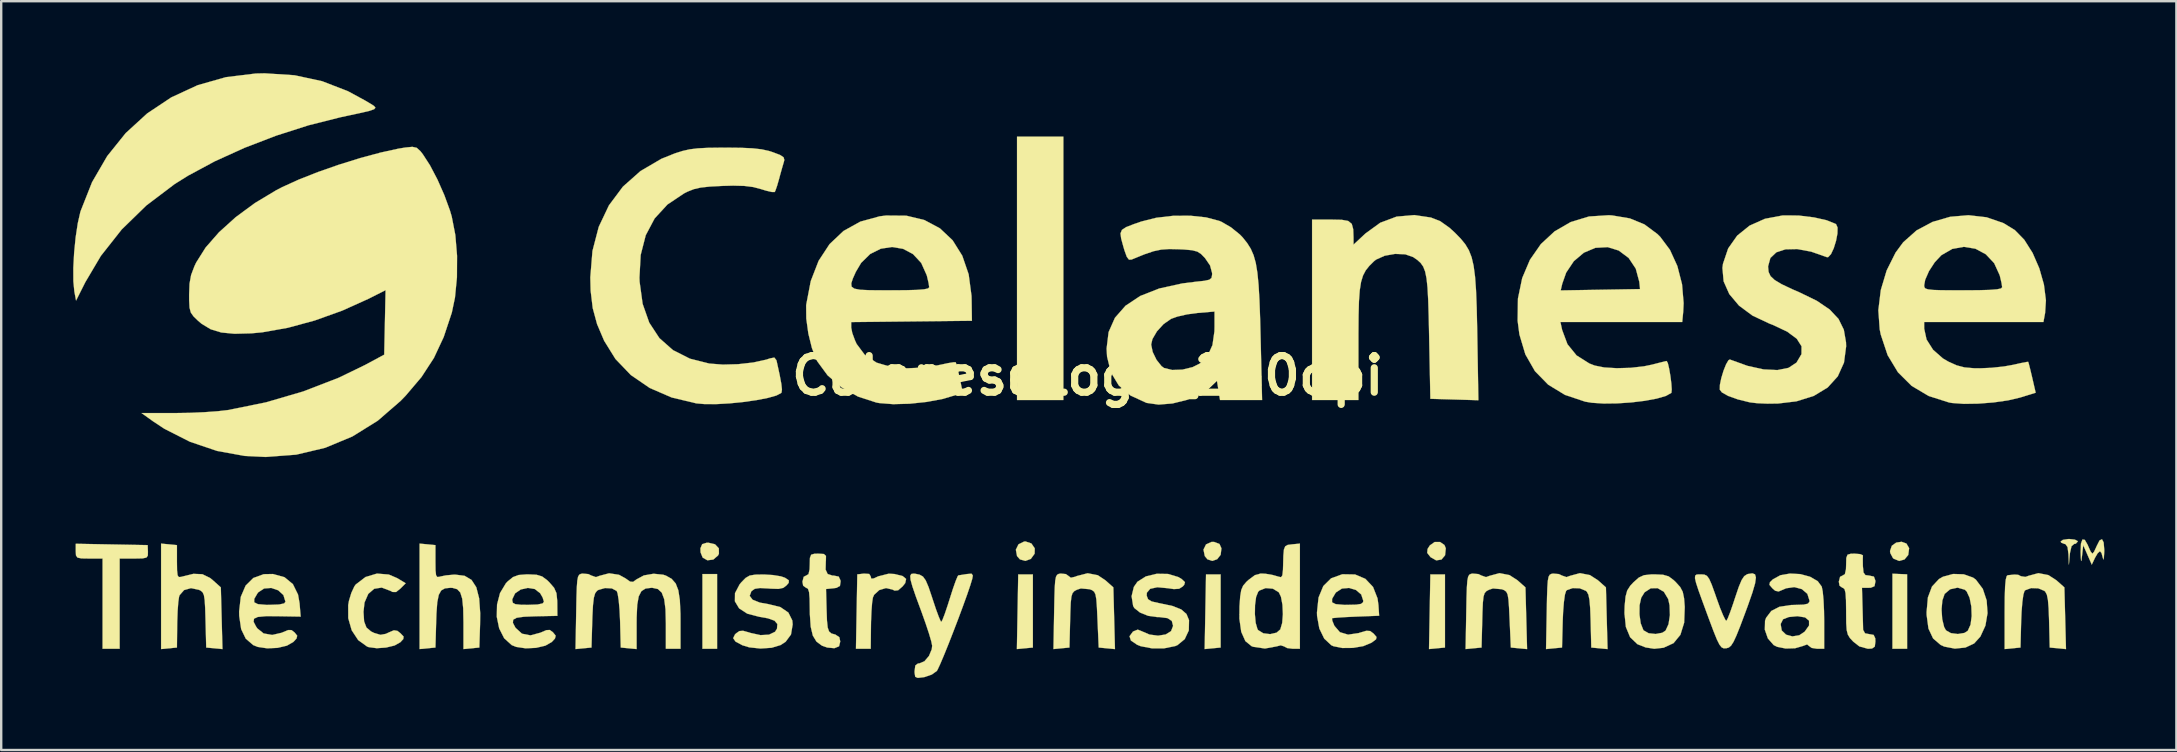
<source format=kicad_pcb>
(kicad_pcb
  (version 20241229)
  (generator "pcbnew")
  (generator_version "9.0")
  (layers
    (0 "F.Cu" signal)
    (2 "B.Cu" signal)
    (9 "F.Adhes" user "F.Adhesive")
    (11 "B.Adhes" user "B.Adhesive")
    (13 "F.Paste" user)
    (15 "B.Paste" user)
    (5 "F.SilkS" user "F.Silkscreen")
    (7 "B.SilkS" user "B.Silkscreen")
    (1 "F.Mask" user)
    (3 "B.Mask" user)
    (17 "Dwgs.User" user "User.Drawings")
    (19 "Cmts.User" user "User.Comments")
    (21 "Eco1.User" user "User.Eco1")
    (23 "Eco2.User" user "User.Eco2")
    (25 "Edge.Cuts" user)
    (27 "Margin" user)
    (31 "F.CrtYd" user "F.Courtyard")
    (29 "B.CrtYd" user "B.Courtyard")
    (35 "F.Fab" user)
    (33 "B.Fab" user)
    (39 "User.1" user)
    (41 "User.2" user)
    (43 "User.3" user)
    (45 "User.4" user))
  (footprint "CelaneseLogo_250dpi"
    (layer "F.Cu")
    (at 42.27 12.601)
    (property "Reference" "CelaneseLogo_250dpi" (at 0 0 0) (layer "F.SilkS") (effects (font (size 1.524 1.524) (thickness 0.3))))
    (attr through_hole)
    (fp_poly (pts (xy -15.443 11.379) (xy -16.053 11.379) (xy -16.053 8.267) (xy -15.443 8.267) (xy -15.443 11.379)) (stroke (width 0.01) (type solid)) (fill yes) (layer "F.SilkS"))
    (fp_poly (pts (xy -1.016 1.016) (xy -2.946 1.016) (xy -2.946 -9.957) (xy -1.016 -9.957) (xy -1.016 1.016)) (stroke (width 0.01) (type solid)) (fill yes) (layer "F.SilkS"))
    (fp_poly (pts (xy 34.138 8.278) (xy 34.138 11.379) (xy 33.528 11.379) (xy 33.528 8.253) (xy 34.138 8.278)) (stroke (width 0.01) (type solid)) (fill yes) (layer "F.SilkS"))
    (fp_poly (pts (xy -2.286 11.328) (xy -2.619 11.36) (xy -2.952 11.392) (xy -2.924 9.836) (xy -2.896 8.28) (xy -2.286 8.28) (xy -2.286 11.328)) (stroke (width 0.01) (type solid)) (fill yes) (layer "F.SilkS"))
    (fp_poly (pts (xy 5.537 11.328) (xy 5.204 11.36) (xy 4.871 11.392) (xy 4.9 9.836) (xy 4.928 8.28) (xy 5.537 8.28) (xy 5.537 11.328)) (stroke (width 0.01) (type solid)) (fill yes) (layer "F.SilkS"))
    (fp_poly (pts (xy 14.884 11.328) (xy 14.552 11.36) (xy 14.219 11.392) (xy 14.247 9.836) (xy 14.275 8.28) (xy 14.884 8.28) (xy 14.884 11.328)) (stroke (width 0.01) (type solid)) (fill yes) (layer "F.SilkS"))
    (fp_poly (pts (xy -2.347 6.992) (xy -2.208 7.196) (xy -2.213 7.417) (xy -2.37 7.635) (xy -2.597 7.718) (xy -2.824 7.656) (xy -2.946 7.518) (xy -2.995 7.252) (xy -2.885 7.028) (xy -2.652 6.913) (xy -2.591 6.909) (xy -2.347 6.992)) (stroke (width 0.01) (type solid)) (fill yes) (layer "F.SilkS"))
    (fp_poly (pts (xy 5.265 6.928) (xy 5.49 7.014) (xy 5.57 7.194) (xy 5.538 7.464) (xy 5.393 7.648) (xy 5.191 7.719) (xy 4.986 7.652) (xy 4.877 7.518) (xy 4.822 7.249) (xy 4.928 7.032) (xy 5.158 6.927) (xy 5.265 6.928)) (stroke (width 0.01) (type solid)) (fill yes) (layer "F.SilkS"))
    (fp_poly (pts (xy 14.682 6.932) (xy 14.863 7.057) (xy 14.918 7.194) (xy 14.888 7.484) (xy 14.739 7.662) (xy 14.52 7.697) (xy 14.282 7.562) (xy 14.144 7.384) (xy 14.159 7.22) (xy 14.255 7.071) (xy 14.453 6.932) (xy 14.682 6.932)) (stroke (width 0.01) (type solid)) (fill yes) (layer "F.SilkS"))
    (fp_poly (pts (xy -15.53 7.026) (xy -15.37 7.195) (xy -15.367 7.419) (xy -15.403 7.493) (xy -15.602 7.663) (xy -15.847 7.693) (xy -16.044 7.58) (xy -16.132 7.362) (xy -16.137 7.194) (xy -16.063 7.019) (xy -15.872 6.961) (xy -15.81 6.96) (xy -15.53 7.026)) (stroke (width 0.01) (type solid)) (fill yes) (layer "F.SilkS"))
    (fp_poly (pts (xy 34.11 6.995) (xy 34.22 7.184) (xy 34.222 7.194) (xy 34.186 7.471) (xy 34.03 7.658) (xy 33.808 7.721) (xy 33.577 7.626) (xy 33.548 7.6) (xy 33.439 7.395) (xy 33.426 7.307) (xy 33.502 7.087) (xy 33.685 6.956) (xy 33.91 6.922) (xy 34.11 6.995)) (stroke (width 0.01) (type solid)) (fill yes) (layer "F.SilkS"))
    (fp_poly (pts (xy -40.665 7.033) (xy -39.167 7.061) (xy -39.157 7.341) (xy -39.161 7.497) (xy -39.22 7.58) (xy -39.382 7.614) (xy -39.695 7.62) (xy -39.741 7.62) (xy -40.335 7.62) (xy -40.335 11.379) (xy -41.046 11.379) (xy -41.046 7.62) (xy -41.605 7.62) (xy -41.925 7.615) (xy -42.091 7.581) (xy -42.154 7.492) (xy -42.164 7.319) (xy -42.164 7.005) (xy -40.665 7.033)) (stroke (width 0.01) (type solid)) (fill yes) (layer "F.SilkS"))
    (fp_poly (pts (xy 41.129 6.833) (xy 41.247 6.895) (xy 41.25 6.909) (xy 41.168 7) (xy 41.103 7.01) (xy 40.989 7.105) (xy 40.923 7.392) (xy 40.918 7.442) (xy 40.879 7.874) (xy 40.861 7.442) (xy 40.824 7.145) (xy 40.736 7.019) (xy 40.691 7.01) (xy 40.556 6.956) (xy 40.538 6.909) (xy 40.628 6.842) (xy 40.847 6.808) (xy 40.894 6.807) (xy 41.129 6.833)) (stroke (width 0.01) (type solid)) (fill yes) (layer "F.SilkS"))
    (fp_poly (pts (xy -9.103 8.263) (xy -9.042 8.367) (xy -9.02 8.458) (xy -8.917 8.449) (xy -8.729 8.362) (xy -8.294 8.252) (xy -8.052 8.265) (xy -7.713 8.349) (xy -7.567 8.47) (xy -7.604 8.642) (xy -7.714 8.781) (xy -7.899 8.942) (xy -8.046 8.957) (xy -8.135 8.913) (xy -8.404 8.85) (xy -8.686 8.934) (xy -8.9 9.13) (xy -8.952 9.247) (xy -8.984 9.46) (xy -9.011 9.814) (xy -9.029 10.246) (xy -9.032 10.439) (xy -9.042 11.379) (xy -9.657 11.379) (xy -9.629 9.83) (xy -9.601 8.28) (xy -9.322 8.248) (xy -9.103 8.263)) (stroke (width 0.01) (type solid)) (fill yes) (layer "F.SilkS"))
    (fp_poly (pts (xy 42.328 6.951) (xy 42.353 7.264) (xy 42.352 7.341) (xy 42.337 7.582) (xy 42.315 7.663) (xy 42.294 7.595) (xy 42.239 7.392) (xy 42.174 7.315) (xy 42.08 7.397) (xy 41.964 7.594) (xy 41.964 7.595) (xy 41.833 7.874) (xy 41.476 7.061) (xy 41.431 7.468) (xy 41.404 7.683) (xy 41.388 7.725) (xy 41.377 7.583) (xy 41.368 7.341) (xy 41.382 6.996) (xy 41.444 6.827) (xy 41.542 6.842) (xy 41.662 7.05) (xy 41.687 7.112) (xy 41.782 7.322) (xy 41.856 7.416) (xy 41.859 7.417) (xy 41.93 7.333) (xy 42.025 7.128) (xy 42.031 7.112) (xy 42.155 6.867) (xy 42.258 6.816) (xy 42.328 6.951)) (stroke (width 0.01) (type solid)) (fill yes) (layer "F.SilkS"))
    (fp_poly (pts (xy -38.278 7.029) (xy -37.948 7.061) (xy -37.948 7.752) (xy -37.943 8.116) (xy -37.921 8.316) (xy -37.869 8.392) (xy -37.774 8.385) (xy -37.744 8.376) (xy -37.263 8.258) (xy -36.888 8.273) (xy -36.568 8.429) (xy -36.461 8.516) (xy -36.119 8.822) (xy -36.085 10.108) (xy -36.051 11.393) (xy -36.728 11.328) (xy -36.757 10.182) (xy -36.772 9.684) (xy -36.792 9.351) (xy -36.825 9.144) (xy -36.88 9.025) (xy -36.966 8.955) (xy -37.029 8.924) (xy -37.362 8.853) (xy -37.65 8.934) (xy -37.836 9.145) (xy -37.86 9.216) (xy -37.892 9.44) (xy -37.919 9.802) (xy -37.935 10.238) (xy -37.938 10.408) (xy -37.948 11.328) (xy -38.608 11.392) (xy -38.608 6.998) (xy -38.278 7.029)) (stroke (width 0.01) (type solid)) (fill yes) (layer "F.SilkS"))
    (fp_poly (pts (xy -27.508 7.029) (xy -27.178 7.061) (xy -27.178 7.752) (xy -27.174 8.115) (xy -27.152 8.315) (xy -27.1 8.39) (xy -27.005 8.38) (xy -26.975 8.37) (xy -26.743 8.322) (xy -26.425 8.293) (xy -26.348 8.291) (xy -25.962 8.34) (xy -25.674 8.511) (xy -25.475 8.818) (xy -25.357 9.278) (xy -25.312 9.906) (xy -25.318 10.363) (xy -25.349 11.328) (xy -26.01 11.392) (xy -26.01 10.275) (xy -26.021 9.699) (xy -26.061 9.296) (xy -26.141 9.038) (xy -26.273 8.897) (xy -26.466 8.843) (xy -26.556 8.839) (xy -26.781 8.862) (xy -26.938 8.95) (xy -27.04 9.135) (xy -27.102 9.446) (xy -27.136 9.915) (xy -27.146 10.211) (xy -27.178 11.328) (xy -27.838 11.392) (xy -27.838 6.998) (xy -27.508 7.029)) (stroke (width 0.01) (type solid)) (fill yes) (layer "F.SilkS"))
    (fp_poly (pts (xy 40.025 8.31) (xy 40.359 8.526) (xy 40.691 8.822) (xy 40.725 10.108) (xy 40.758 11.393) (xy 40.081 11.328) (xy 40.054 10.211) (xy 40.035 9.695) (xy 40.006 9.345) (xy 39.961 9.126) (xy 39.894 9) (xy 39.856 8.966) (xy 39.602 8.861) (xy 39.308 8.851) (xy 39.073 8.933) (xy 39.03 8.972) (xy 38.983 9.124) (xy 38.94 9.43) (xy 38.907 9.845) (xy 38.891 10.217) (xy 38.862 11.328) (xy 38.202 11.392) (xy 38.202 9.862) (xy 38.206 9.234) (xy 38.221 8.787) (xy 38.248 8.5) (xy 38.288 8.351) (xy 38.329 8.316) (xy 38.611 8.288) (xy 38.769 8.299) (xy 38.877 8.355) (xy 38.881 8.357) (xy 39.069 8.386) (xy 39.204 8.338) (xy 39.609 8.229) (xy 40.025 8.31)) (stroke (width 0.01) (type solid)) (fill yes) (layer "F.SilkS"))
    (fp_poly (pts (xy 20.924 8.31) (xy 21.258 8.526) (xy 21.59 8.822) (xy 21.624 10.108) (xy 21.658 11.393) (xy 20.98 11.328) (xy 20.953 10.211) (xy 20.934 9.695) (xy 20.905 9.345) (xy 20.86 9.126) (xy 20.793 9) (xy 20.756 8.966) (xy 20.501 8.861) (xy 20.208 8.851) (xy 19.972 8.933) (xy 19.93 8.972) (xy 19.882 9.124) (xy 19.839 9.43) (xy 19.806 9.845) (xy 19.79 10.217) (xy 19.761 11.328) (xy 19.428 11.36) (xy 19.095 11.392) (xy 19.124 9.836) (xy 19.135 9.244) (xy 19.149 8.824) (xy 19.169 8.547) (xy 19.201 8.38) (xy 19.25 8.294) (xy 19.321 8.259) (xy 19.386 8.247) (xy 19.631 8.268) (xy 19.76 8.33) (xy 19.947 8.394) (xy 20.104 8.338) (xy 20.508 8.229) (xy 20.924 8.31)) (stroke (width 0.01) (type solid)) (fill yes) (layer "F.SilkS"))
    (fp_poly (pts (xy 17.571 8.31) (xy 17.905 8.526) (xy 18.237 8.822) (xy 18.271 10.108) (xy 18.305 11.393) (xy 17.628 11.328) (xy 17.577 10.162) (xy 17.553 9.661) (xy 17.529 9.326) (xy 17.494 9.119) (xy 17.438 9.002) (xy 17.352 8.938) (xy 17.251 8.899) (xy 16.885 8.866) (xy 16.721 8.919) (xy 16.61 8.978) (xy 16.536 9.062) (xy 16.49 9.208) (xy 16.463 9.456) (xy 16.446 9.844) (xy 16.437 10.182) (xy 16.408 11.328) (xy 16.076 11.36) (xy 15.743 11.392) (xy 15.771 9.836) (xy 15.782 9.244) (xy 15.796 8.824) (xy 15.816 8.547) (xy 15.848 8.38) (xy 15.897 8.294) (xy 15.968 8.259) (xy 16.033 8.247) (xy 16.278 8.268) (xy 16.407 8.33) (xy 16.594 8.394) (xy 16.751 8.338) (xy 17.156 8.229) (xy 17.571 8.31)) (stroke (width 0.01) (type solid)) (fill yes) (layer "F.SilkS"))
    (fp_poly (pts (xy 0.418 8.315) (xy 0.735 8.526) (xy 1.067 8.822) (xy 1.101 10.108) (xy 1.134 11.393) (xy 0.457 11.328) (xy 0.406 10.162) (xy 0.383 9.661) (xy 0.359 9.326) (xy 0.323 9.119) (xy 0.267 9.002) (xy 0.181 8.938) (xy 0.08 8.899) (xy -0.285 8.866) (xy -0.45 8.919) (xy -0.56 8.978) (xy -0.634 9.062) (xy -0.68 9.208) (xy -0.708 9.456) (xy -0.724 9.844) (xy -0.733 10.182) (xy -0.762 11.328) (xy -1.095 11.36) (xy -1.428 11.392) (xy -1.4 9.836) (xy -1.388 9.244) (xy -1.375 8.825) (xy -1.355 8.547) (xy -1.323 8.38) (xy -1.274 8.295) (xy -1.203 8.259) (xy -1.129 8.246) (xy -0.911 8.268) (xy -0.806 8.342) (xy -0.704 8.42) (xy -0.521 8.378) (xy -0.46 8.351) (xy -0.003 8.233) (xy 0.418 8.315)) (stroke (width 0.01) (type solid)) (fill yes) (layer "F.SilkS"))
    (fp_poly (pts (xy -33.047 -12.515) (xy -31.9 -12.268) (xy -30.817 -11.848) (xy -30.114 -11.466) (xy -29.888 -11.333) (xy -29.737 -11.237) (xy -29.678 -11.164) (xy -29.731 -11.101) (xy -29.914 -11.036) (xy -30.246 -10.957) (xy -30.744 -10.85) (xy -31.14 -10.765) (xy -32.465 -10.431) (xy -33.812 -10) (xy -35.13 -9.494) (xy -36.371 -8.931) (xy -37.486 -8.331) (xy -38.043 -7.983) (xy -39.221 -7.092) (xy -40.251 -6.089) (xy -41.117 -4.991) (xy -41.767 -3.892) (xy -42.151 -3.129) (xy -42.222 -3.507) (xy -42.263 -3.931) (xy -42.265 -4.49) (xy -42.231 -5.122) (xy -42.168 -5.763) (xy -42.079 -6.351) (xy -41.971 -6.824) (xy -41.96 -6.858) (xy -41.484 -8.061) (xy -40.853 -9.147) (xy -40.083 -10.105) (xy -39.188 -10.924) (xy -38.184 -11.593) (xy -37.086 -12.101) (xy -35.907 -12.436) (xy -34.664 -12.588) (xy -34.29 -12.596) (xy -33.047 -12.515)) (stroke (width 0.01) (type solid)) (fill yes) (layer "F.SilkS"))
    (fp_poly (pts (xy -29.121 8.287) (xy -28.763 8.441) (xy -28.418 8.651) (xy -28.637 8.871) (xy -28.817 9.015) (xy -28.968 9.013) (xy -29.057 8.965) (xy -29.415 8.83) (xy -29.73 8.88) (xy -29.977 9.094) (xy -30.133 9.453) (xy -30.175 9.84) (xy -30.15 10.238) (xy -30.054 10.492) (xy -29.86 10.658) (xy -29.73 10.721) (xy -29.469 10.799) (xy -29.245 10.758) (xy -29.127 10.702) (xy -28.909 10.61) (xy -28.763 10.633) (xy -28.638 10.73) (xy -28.505 10.869) (xy -28.516 10.973) (xy -28.639 11.107) (xy -28.88 11.243) (xy -29.237 11.329) (xy -29.623 11.356) (xy -29.955 11.312) (xy -30.023 11.288) (xy -30.397 11.018) (xy -30.666 10.61) (xy -30.81 10.108) (xy -30.812 9.557) (xy -30.781 9.381) (xy -30.681 9.05) (xy -30.555 8.78) (xy -30.5 8.703) (xy -30.09 8.389) (xy -29.615 8.247) (xy -29.121 8.287)) (stroke (width 0.01) (type solid)) (fill yes) (layer "F.SilkS"))
    (fp_poly (pts (xy 36.499 8.277) (xy 36.886 8.414) (xy 37.004 8.5) (xy 37.292 8.883) (xy 37.453 9.366) (xy 37.489 9.896) (xy 37.401 10.416) (xy 37.191 10.872) (xy 36.93 11.159) (xy 36.569 11.328) (xy 36.128 11.373) (xy 35.689 11.289) (xy 35.536 11.22) (xy 35.221 10.949) (xy 35.028 10.538) (xy 34.952 9.972) (xy 34.95 9.85) (xy 34.96 9.743) (xy 35.574 9.743) (xy 35.6 10.139) (xy 35.681 10.473) (xy 35.758 10.611) (xy 35.963 10.728) (xy 36.252 10.765) (xy 36.528 10.719) (xy 36.667 10.63) (xy 36.782 10.375) (xy 36.829 10.016) (xy 36.815 9.62) (xy 36.743 9.256) (xy 36.619 8.99) (xy 36.544 8.919) (xy 36.243 8.833) (xy 35.93 8.901) (xy 35.702 9.094) (xy 35.607 9.367) (xy 35.574 9.743) (xy 34.96 9.743) (xy 35.005 9.24) (xy 35.175 8.787) (xy 35.467 8.474) (xy 35.633 8.378) (xy 36.055 8.263) (xy 36.499 8.277)) (stroke (width 0.01) (type solid)) (fill yes) (layer "F.SilkS"))
    (fp_poly (pts (xy 27.801 8.279) (xy 27.839 8.41) (xy 27.805 8.654) (xy 27.695 9.032) (xy 27.509 9.566) (xy 27.4 9.862) (xy 27.189 10.425) (xy 27.029 10.825) (xy 26.906 11.09) (xy 26.805 11.248) (xy 26.71 11.328) (xy 26.606 11.358) (xy 26.6 11.359) (xy 26.496 11.361) (xy 26.408 11.319) (xy 26.319 11.205) (xy 26.213 10.992) (xy 26.075 10.651) (xy 25.889 10.155) (xy 25.827 9.988) (xy 25.603 9.378) (xy 25.443 8.934) (xy 25.344 8.629) (xy 25.3 8.437) (xy 25.309 8.333) (xy 25.365 8.289) (xy 25.464 8.28) (xy 25.552 8.28) (xy 25.693 8.29) (xy 25.798 8.341) (xy 25.892 8.468) (xy 25.997 8.706) (xy 26.136 9.09) (xy 26.198 9.27) (xy 26.345 9.676) (xy 26.475 9.992) (xy 26.57 10.181) (xy 26.609 10.217) (xy 26.668 10.108) (xy 26.769 9.849) (xy 26.896 9.485) (xy 26.973 9.25) (xy 27.124 8.804) (xy 27.243 8.518) (xy 27.352 8.354) (xy 27.472 8.276) (xy 27.51 8.264) (xy 27.691 8.237) (xy 27.801 8.279)) (stroke (width 0.01) (type solid)) (fill yes) (layer "F.SilkS"))
    (fp_poly (pts (xy 23.97 8.296) (xy 24.204 8.364) (xy 24.412 8.519) (xy 24.506 8.609) (xy 24.685 8.809) (xy 24.79 9.006) (xy 24.845 9.27) (xy 24.874 9.638) (xy 24.849 10.294) (xy 24.693 10.797) (xy 24.407 11.145) (xy 23.99 11.337) (xy 23.602 11.379) (xy 23.245 11.324) (xy 22.91 11.192) (xy 22.896 11.183) (xy 22.598 10.898) (xy 22.421 10.471) (xy 22.368 9.952) (xy 22.987 9.952) (xy 23.04 10.323) (xy 23.146 10.592) (xy 23.165 10.617) (xy 23.371 10.733) (xy 23.662 10.764) (xy 23.939 10.712) (xy 24.076 10.621) (xy 24.198 10.355) (xy 24.256 9.977) (xy 24.242 9.571) (xy 24.185 9.308) (xy 24.003 9.004) (xy 23.743 8.854) (xy 23.458 8.86) (xy 23.201 9.026) (xy 23.061 9.251) (xy 22.991 9.566) (xy 22.987 9.952) (xy 22.368 9.952) (xy 22.362 9.892) (xy 22.371 9.588) (xy 22.408 9.207) (xy 22.477 8.952) (xy 22.608 8.749) (xy 22.74 8.608) (xy 22.962 8.412) (xy 23.176 8.314) (xy 23.47 8.282) (xy 23.622 8.28) (xy 23.97 8.296)) (stroke (width 0.01) (type solid)) (fill yes) (layer "F.SilkS"))
    (fp_poly (pts (xy -10.993 7.431) (xy -10.906 7.511) (xy -10.91 7.714) (xy -10.913 7.742) (xy -10.922 8.081) (xy -10.836 8.265) (xy -10.636 8.33) (xy -10.581 8.331) (xy -10.376 8.372) (xy -10.302 8.531) (xy -10.298 8.58) (xy -10.324 8.761) (xy -10.467 8.841) (xy -10.594 8.859) (xy -10.904 8.89) (xy -10.881 9.754) (xy -10.865 10.205) (xy -10.835 10.494) (xy -10.777 10.66) (xy -10.677 10.744) (xy -10.52 10.786) (xy -10.516 10.787) (xy -10.349 10.898) (xy -10.312 11.076) (xy -10.362 11.277) (xy -10.548 11.353) (xy -10.566 11.355) (xy -10.854 11.328) (xy -11.072 11.251) (xy -11.301 11.082) (xy -11.454 10.831) (xy -11.542 10.462) (xy -11.578 9.94) (xy -11.581 9.728) (xy -11.588 9.289) (xy -11.611 9.018) (xy -11.657 8.88) (xy -11.73 8.839) (xy -11.735 8.839) (xy -11.857 8.751) (xy -11.887 8.585) (xy -11.834 8.381) (xy -11.735 8.331) (xy -11.634 8.271) (xy -11.589 8.068) (xy -11.582 7.874) (xy -11.575 7.593) (xy -11.523 7.46) (xy -11.385 7.42) (xy -11.229 7.417) (xy -10.993 7.431)) (stroke (width 0.01) (type solid)) (fill yes) (layer "F.SilkS"))
    (fp_poly (pts (xy -33.467 8.398) (xy -33.117 8.686) (xy -32.903 9.121) (xy -32.839 9.483) (xy -32.793 10.039) (xy -33.77 10.023) (xy -34.267 10.024) (xy -34.582 10.054) (xy -34.737 10.127) (xy -34.754 10.255) (xy -34.652 10.452) (xy -34.598 10.531) (xy -34.336 10.741) (xy -33.979 10.804) (xy -33.582 10.712) (xy -33.546 10.696) (xy -33.312 10.599) (xy -33.172 10.602) (xy -33.042 10.704) (xy -32.938 10.835) (xy -32.966 10.952) (xy -33.095 11.093) (xy -33.368 11.25) (xy -33.758 11.342) (xy -34.188 11.361) (xy -34.583 11.302) (xy -34.771 11.226) (xy -35.081 10.958) (xy -35.272 10.561) (xy -35.353 10.013) (xy -35.357 9.824) (xy -35.313 9.444) (xy -34.728 9.444) (xy -34.573 9.521) (xy -34.244 9.549) (xy -34.087 9.55) (xy -33.694 9.536) (xy -33.482 9.49) (xy -33.426 9.421) (xy -33.513 9.14) (xy -33.731 8.942) (xy -34.019 8.845) (xy -34.317 8.868) (xy -34.562 9.029) (xy -34.589 9.065) (xy -34.726 9.298) (xy -34.728 9.444) (xy -35.313 9.444) (xy -35.288 9.217) (xy -35.087 8.749) (xy -34.765 8.43) (xy -34.331 8.272) (xy -33.947 8.265) (xy -33.467 8.398)) (stroke (width 0.01) (type solid)) (fill yes) (layer "F.SilkS"))
    (fp_poly (pts (xy 32.185 7.436) (xy 32.295 7.483) (xy 32.297 7.493) (xy 32.292 7.637) (xy 32.295 7.893) (xy 32.297 7.95) (xy 32.322 8.202) (xy 32.402 8.31) (xy 32.563 8.331) (xy 32.756 8.373) (xy 32.816 8.538) (xy 32.817 8.585) (xy 32.78 8.772) (xy 32.628 8.836) (xy 32.537 8.839) (xy 32.258 8.839) (xy 32.28 9.627) (xy 32.291 10.028) (xy 32.3 10.366) (xy 32.305 10.575) (xy 32.305 10.592) (xy 32.387 10.736) (xy 32.563 10.77) (xy 32.744 10.802) (xy 32.811 10.942) (xy 32.817 11.074) (xy 32.793 11.288) (xy 32.677 11.369) (xy 32.504 11.379) (xy 32.149 11.281) (xy 31.895 11.082) (xy 31.757 10.934) (xy 31.67 10.791) (xy 31.622 10.603) (xy 31.602 10.319) (xy 31.598 9.89) (xy 31.598 9.812) (xy 31.592 9.35) (xy 31.573 9.057) (xy 31.533 8.899) (xy 31.469 8.842) (xy 31.445 8.839) (xy 31.323 8.751) (xy 31.293 8.585) (xy 31.346 8.381) (xy 31.445 8.331) (xy 31.546 8.271) (xy 31.591 8.068) (xy 31.598 7.874) (xy 31.605 7.593) (xy 31.657 7.46) (xy 31.795 7.42) (xy 31.953 7.417) (xy 32.185 7.436)) (stroke (width 0.01) (type solid)) (fill yes) (layer "F.SilkS"))
    (fp_poly (pts (xy 3.348 8.263) (xy 3.777 8.392) (xy 3.919 8.479) (xy 4.051 8.604) (xy 4.019 8.716) (xy 3.958 8.783) (xy 3.809 8.879) (xy 3.588 8.893) (xy 3.341 8.857) (xy 2.9 8.816) (xy 2.602 8.881) (xy 2.462 9.045) (xy 2.457 9.169) (xy 2.513 9.315) (xy 2.663 9.408) (xy 2.961 9.477) (xy 2.997 9.483) (xy 3.532 9.597) (xy 3.894 9.74) (xy 4.113 9.93) (xy 4.218 10.183) (xy 4.22 10.194) (xy 4.211 10.615) (xy 4.041 10.978) (xy 3.738 11.228) (xy 3.646 11.267) (xy 3.183 11.361) (xy 2.672 11.361) (xy 2.209 11.273) (xy 2.057 11.212) (xy 1.799 11.037) (xy 1.741 10.859) (xy 1.88 10.668) (xy 1.888 10.661) (xy 2.082 10.582) (xy 2.221 10.636) (xy 2.572 10.787) (xy 2.93 10.834) (xy 3.246 10.784) (xy 3.471 10.645) (xy 3.556 10.427) (xy 3.503 10.22) (xy 3.324 10.103) (xy 2.988 10.06) (xy 2.882 10.058) (xy 2.514 10.006) (xy 2.177 9.87) (xy 1.943 9.684) (xy 1.892 9.597) (xy 1.827 9.19) (xy 1.921 8.803) (xy 2.071 8.587) (xy 2.422 8.365) (xy 2.872 8.255) (xy 3.348 8.263)) (stroke (width 0.01) (type solid)) (fill yes) (layer "F.SilkS"))
    (fp_poly (pts (xy -13.115 8.308) (xy -12.785 8.362) (xy -12.615 8.42) (xy -12.454 8.528) (xy -12.459 8.631) (xy -12.546 8.735) (xy -12.684 8.842) (xy -12.883 8.885) (xy -13.206 8.875) (xy -13.294 8.868) (xy -13.653 8.849) (xy -13.871 8.881) (xy -14.005 8.973) (xy -14.015 8.985) (xy -14.086 9.176) (xy -13.964 9.336) (xy -13.66 9.457) (xy -13.308 9.519) (xy -12.808 9.642) (xy -12.473 9.871) (xy -12.309 10.2) (xy -12.294 10.365) (xy -12.364 10.786) (xy -12.588 11.089) (xy -12.8 11.226) (xy -13.172 11.338) (xy -13.637 11.369) (xy -14.103 11.32) (xy -14.39 11.233) (xy -14.675 11.08) (xy -14.773 10.938) (xy -14.697 10.782) (xy -14.65 10.737) (xy -14.514 10.642) (xy -14.358 10.631) (xy -14.104 10.702) (xy -14.047 10.721) (xy -13.634 10.811) (xy -13.279 10.792) (xy -13.03 10.673) (xy -12.947 10.544) (xy -12.932 10.348) (xy -13.051 10.209) (xy -13.328 10.11) (xy -13.687 10.047) (xy -14.185 9.917) (xy -14.526 9.695) (xy -14.701 9.403) (xy -14.697 9.062) (xy -14.503 8.694) (xy -14.435 8.612) (xy -14.256 8.429) (xy -14.086 8.33) (xy -13.854 8.291) (xy -13.496 8.285) (xy -13.115 8.308)) (stroke (width 0.01) (type solid)) (fill yes) (layer "F.SilkS"))
    (fp_poly (pts (xy 14.3 -6.587) (xy 14.684 -6.437) (xy 15.071 -6.162) (xy 15.301 -5.952) (xy 15.538 -5.709) (xy 15.729 -5.476) (xy 15.879 -5.226) (xy 15.993 -4.935) (xy 16.077 -4.576) (xy 16.137 -4.124) (xy 16.178 -3.553) (xy 16.206 -2.838) (xy 16.226 -1.953) (xy 16.231 -1.647) (xy 16.276 1.024) (xy 15.275 0.994) (xy 14.275 0.965) (xy 14.224 -1.63) (xy 14.206 -2.478) (xy 14.185 -3.147) (xy 14.157 -3.663) (xy 14.116 -4.051) (xy 14.058 -4.336) (xy 13.977 -4.544) (xy 13.868 -4.698) (xy 13.727 -4.824) (xy 13.561 -4.939) (xy 13.228 -5.056) (xy 12.805 -5.073) (xy 12.373 -4.997) (xy 12.015 -4.836) (xy 11.927 -4.767) (xy 11.733 -4.575) (xy 11.582 -4.386) (xy 11.469 -4.171) (xy 11.388 -3.904) (xy 11.333 -3.557) (xy 11.3 -3.101) (xy 11.284 -2.51) (xy 11.278 -1.755) (xy 11.278 -1.376) (xy 11.278 1.016) (xy 9.347 1.016) (xy 9.347 -6.502) (xy 10.148 -6.502) (xy 10.584 -6.493) (xy 10.855 -6.443) (xy 11.001 -6.322) (xy 11.061 -6.098) (xy 11.073 -5.752) (xy 11.074 -5.459) (xy 11.57 -5.922) (xy 12.186 -6.37) (xy 12.869 -6.626) (xy 13.61 -6.69) (xy 14.3 -6.587)) (stroke (width 0.01) (type solid)) (fill yes) (layer "F.SilkS"))
    (fp_poly (pts (xy 8.839 11.379) (xy 8.54 11.379) (xy 8.307 11.349) (xy 8.181 11.281) (xy 8.04 11.236) (xy 7.864 11.281) (xy 7.383 11.369) (xy 6.895 11.297) (xy 6.828 11.273) (xy 6.567 11.06) (xy 6.396 10.675) (xy 6.318 10.126) (xy 6.32 9.942) (xy 6.964 9.942) (xy 6.997 10.301) (xy 7.071 10.557) (xy 7.099 10.601) (xy 7.315 10.735) (xy 7.601 10.77) (xy 7.869 10.708) (xy 8.023 10.573) (xy 8.102 10.303) (xy 8.131 9.936) (xy 8.113 9.548) (xy 8.051 9.215) (xy 7.96 9.025) (xy 7.713 8.876) (xy 7.414 8.851) (xy 7.155 8.952) (xy 7.101 9.005) (xy 7.015 9.219) (xy 6.97 9.556) (xy 6.964 9.942) (xy 6.32 9.942) (xy 6.323 9.611) (xy 6.352 9.199) (xy 6.396 8.932) (xy 6.474 8.751) (xy 6.607 8.595) (xy 6.702 8.508) (xy 6.965 8.312) (xy 7.208 8.245) (xy 7.404 8.254) (xy 7.703 8.305) (xy 7.936 8.371) (xy 7.95 8.376) (xy 8.054 8.398) (xy 8.109 8.319) (xy 8.134 8.098) (xy 8.14 7.91) (xy 8.151 7.497) (xy 8.174 7.244) (xy 8.228 7.111) (xy 8.329 7.053) (xy 8.495 7.031) (xy 8.509 7.029) (xy 8.839 6.998) (xy 8.839 11.379)) (stroke (width 0.01) (type solid)) (fill yes) (layer "F.SilkS"))
    (fp_poly (pts (xy 11.139 8.284) (xy 11.568 8.466) (xy 11.887 8.804) (xy 12.074 9.28) (xy 12.112 9.558) (xy 12.141 10.003) (xy 11.176 10.04) (xy 10.756 10.059) (xy 10.421 10.08) (xy 10.217 10.101) (xy 10.176 10.111) (xy 10.191 10.215) (xy 10.275 10.419) (xy 10.278 10.425) (xy 10.506 10.689) (xy 10.847 10.791) (xy 11.283 10.727) (xy 11.338 10.709) (xy 11.604 10.631) (xy 11.766 10.64) (xy 11.904 10.742) (xy 11.919 10.757) (xy 12.032 10.889) (xy 12.011 10.986) (xy 11.838 11.116) (xy 11.818 11.129) (xy 11.482 11.269) (xy 11.052 11.343) (xy 10.61 11.347) (xy 10.241 11.274) (xy 10.148 11.232) (xy 9.853 10.956) (xy 9.649 10.535) (xy 9.555 10.013) (xy 9.55 9.872) (xy 9.595 9.444) (xy 10.18 9.444) (xy 10.334 9.521) (xy 10.664 9.549) (xy 10.82 9.55) (xy 11.184 9.542) (xy 11.386 9.51) (xy 11.47 9.442) (xy 11.481 9.381) (xy 11.394 9.117) (xy 11.177 8.932) (xy 10.889 8.845) (xy 10.592 8.87) (xy 10.35 9.025) (xy 10.318 9.065) (xy 10.181 9.298) (xy 10.18 9.444) (xy 9.595 9.444) (xy 9.617 9.243) (xy 9.814 8.767) (xy 10.14 8.444) (xy 10.595 8.279) (xy 10.62 8.275) (xy 11.139 8.284)) (stroke (width 0.01) (type solid)) (fill yes) (layer "F.SilkS"))
    (fp_poly (pts (xy -7.188 8.254) (xy -7.003 8.293) (xy -6.865 8.372) (xy -6.751 8.53) (xy -6.634 8.803) (xy -6.491 9.226) (xy -6.454 9.34) (xy -6.322 9.736) (xy -6.207 10.047) (xy -6.127 10.23) (xy -6.102 10.26) (xy -6.05 10.169) (xy -5.956 9.925) (xy -5.836 9.569) (xy -5.749 9.295) (xy -5.619 8.887) (xy -5.505 8.563) (xy -5.423 8.365) (xy -5.394 8.323) (xy -5.26 8.302) (xy -5.042 8.267) (xy -4.841 8.251) (xy -4.787 8.327) (xy -4.813 8.47) (xy -4.892 8.732) (xy -5.024 9.12) (xy -5.197 9.599) (xy -5.394 10.129) (xy -5.603 10.674) (xy -5.807 11.196) (xy -5.994 11.658) (xy -6.149 12.022) (xy -6.256 12.251) (xy -6.288 12.304) (xy -6.496 12.453) (xy -6.791 12.556) (xy -6.833 12.564) (xy -7.081 12.593) (xy -7.188 12.547) (xy -7.213 12.385) (xy -7.214 12.307) (xy -7.184 12.077) (xy -7.074 11.993) (xy -7.013 11.989) (xy -6.804 11.9) (xy -6.616 11.68) (xy -6.498 11.4) (xy -6.482 11.251) (xy -6.518 11.073) (xy -6.613 10.749) (xy -6.754 10.324) (xy -6.926 9.84) (xy -6.951 9.773) (xy -7.164 9.195) (xy -7.306 8.78) (xy -7.382 8.504) (xy -7.395 8.34) (xy -7.351 8.263) (xy -7.252 8.248) (xy -7.188 8.254)) (stroke (width 0.01) (type solid)) (fill yes) (layer "F.SilkS"))
    (fp_poly (pts (xy 29.69 8.269) (xy 30.094 8.378) (xy 30.414 8.563) (xy 30.582 8.79) (xy 30.623 8.997) (xy 30.656 9.354) (xy 30.677 9.807) (xy 30.683 10.217) (xy 30.683 11.379) (xy 30.387 11.379) (xy 30.162 11.344) (xy 30.052 11.263) (xy 29.972 11.198) (xy 29.796 11.263) (xy 29.471 11.358) (xy 29.08 11.369) (xy 28.724 11.298) (xy 28.58 11.226) (xy 28.338 10.95) (xy 28.21 10.584) (xy 28.216 10.358) (xy 28.87 10.358) (xy 28.915 10.617) (xy 29.096 10.792) (xy 29.358 10.864) (xy 29.645 10.817) (xy 29.87 10.668) (xy 30.053 10.41) (xy 30.052 10.207) (xy 29.886 10.072) (xy 29.57 10.022) (xy 29.21 10.057) (xy 28.97 10.149) (xy 28.873 10.342) (xy 28.87 10.358) (xy 28.216 10.358) (xy 28.219 10.213) (xy 28.263 10.09) (xy 28.48 9.804) (xy 28.816 9.631) (xy 29.301 9.557) (xy 29.489 9.552) (xy 29.825 9.541) (xy 30.003 9.502) (xy 30.068 9.421) (xy 30.072 9.373) (xy 29.982 9.09) (xy 29.753 8.894) (xy 29.439 8.81) (xy 29.095 8.86) (xy 28.997 8.904) (xy 28.784 8.993) (xy 28.642 8.962) (xy 28.527 8.862) (xy 28.402 8.716) (xy 28.423 8.608) (xy 28.545 8.488) (xy 28.858 8.316) (xy 29.258 8.246) (xy 29.69 8.269)) (stroke (width 0.01) (type solid)) (fill yes) (layer "F.SilkS"))
    (fp_poly (pts (xy -22.966 8.296) (xy -22.732 8.367) (xy -22.521 8.524) (xy -22.435 8.608) (xy -22.234 8.839) (xy -22.135 9.064) (xy -22.104 9.377) (xy -22.102 9.472) (xy -22.098 10.008) (xy -23.01 10.026) (xy -23.492 10.045) (xy -23.794 10.088) (xy -23.939 10.169) (xy -23.95 10.3) (xy -23.848 10.494) (xy -23.841 10.506) (xy -23.573 10.751) (xy -23.219 10.821) (xy -22.808 10.711) (xy -22.798 10.707) (xy -22.557 10.604) (xy -22.415 10.596) (xy -22.293 10.683) (xy -22.272 10.704) (xy -22.168 10.835) (xy -22.197 10.952) (xy -22.326 11.093) (xy -22.598 11.25) (xy -22.987 11.341) (xy -23.418 11.361) (xy -23.812 11.302) (xy -24 11.227) (xy -24.314 10.942) (xy -24.522 10.531) (xy -24.622 10.047) (xy -24.611 9.538) (xy -24.566 9.363) (xy -23.978 9.363) (xy -23.952 9.465) (xy -23.847 9.522) (xy -23.618 9.546) (xy -23.317 9.55) (xy -22.925 9.536) (xy -22.712 9.49) (xy -22.657 9.421) (xy -22.711 9.245) (xy -22.815 9.065) (xy -23.039 8.89) (xy -23.329 8.844) (xy -23.623 8.909) (xy -23.859 9.07) (xy -23.974 9.311) (xy -23.978 9.363) (xy -24.566 9.363) (xy -24.486 9.056) (xy -24.243 8.652) (xy -24.169 8.574) (xy -23.948 8.394) (xy -23.718 8.307) (xy -23.39 8.281) (xy -23.312 8.28) (xy -22.966 8.296)) (stroke (width 0.01) (type solid)) (fill yes) (layer "F.SilkS"))
    (fp_poly (pts (xy -19.53 8.297) (xy -19.262 8.444) (xy -19.067 8.581) (xy -18.941 8.592) (xy -18.804 8.491) (xy -18.492 8.323) (xy -18.09 8.254) (xy -17.688 8.294) (xy -17.574 8.332) (xy -17.337 8.465) (xy -17.168 8.658) (xy -17.058 8.942) (xy -16.995 9.35) (xy -16.969 9.914) (xy -16.967 10.206) (xy -16.967 11.379) (xy -17.577 11.379) (xy -17.577 10.335) (xy -17.592 9.736) (xy -17.646 9.313) (xy -17.749 9.039) (xy -17.91 8.89) (xy -18.14 8.84) (xy -18.176 8.839) (xy -18.424 8.87) (xy -18.597 8.98) (xy -18.709 9.198) (xy -18.771 9.551) (xy -18.794 10.068) (xy -18.796 10.301) (xy -18.796 11.392) (xy -19.456 11.328) (xy -19.485 10.217) (xy -19.507 9.752) (xy -19.543 9.356) (xy -19.587 9.078) (xy -19.625 8.972) (xy -19.827 8.864) (xy -20.113 8.849) (xy -20.385 8.927) (xy -20.447 8.966) (xy -20.524 9.068) (xy -20.578 9.255) (xy -20.614 9.564) (xy -20.638 10.03) (xy -20.644 10.211) (xy -20.676 11.328) (xy -21.008 11.36) (xy -21.341 11.392) (xy -21.313 9.836) (xy -21.302 9.244) (xy -21.288 8.824) (xy -21.268 8.547) (xy -21.236 8.38) (xy -21.187 8.294) (xy -21.116 8.259) (xy -21.051 8.247) (xy -20.806 8.268) (xy -20.677 8.33) (xy -20.49 8.394) (xy -20.333 8.338) (xy -19.942 8.235) (xy -19.53 8.297)) (stroke (width 0.01) (type solid)) (fill yes) (layer "F.SilkS"))
    (fp_poly (pts (xy 21.853 -6.675) (xy 22.587 -6.551) (xy 23.196 -6.301) (xy 23.732 -5.902) (xy 23.851 -5.785) (xy 24.257 -5.242) (xy 24.566 -4.566) (xy 24.761 -3.808) (xy 24.827 -3.021) (xy 24.81 -2.661) (xy 24.769 -2.235) (xy 19.694 -2.235) (xy 19.765 -1.905) (xy 19.987 -1.31) (xy 20.367 -0.842) (xy 20.901 -0.506) (xy 21.123 -0.42) (xy 21.52 -0.341) (xy 22.043 -0.31) (xy 22.619 -0.326) (xy 23.175 -0.389) (xy 23.504 -0.457) (xy 23.82 -0.538) (xy 24.046 -0.594) (xy 24.122 -0.61) (xy 24.17 -0.519) (xy 24.224 -0.29) (xy 24.276 0.012) (xy 24.315 0.323) (xy 24.332 0.579) (xy 24.319 0.714) (xy 24.315 0.719) (xy 24.09 0.845) (xy 23.706 0.956) (xy 23.21 1.048) (xy 22.646 1.116) (xy 22.061 1.155) (xy 21.498 1.162) (xy 21.004 1.13) (xy 20.726 1.084) (xy 19.882 0.801) (xy 19.184 0.376) (xy 18.633 -0.187) (xy 18.233 -0.886) (xy 17.985 -1.716) (xy 17.911 -2.286) (xy 17.924 -3.211) (xy 17.995 -3.551) (xy 19.705 -3.551) (xy 21.359 -3.579) (xy 23.012 -3.607) (xy 22.98 -3.912) (xy 22.833 -4.458) (xy 22.538 -4.902) (xy 22.123 -5.213) (xy 21.664 -5.354) (xy 21.151 -5.326) (xy 20.669 -5.122) (xy 20.252 -4.769) (xy 19.934 -4.294) (xy 19.771 -3.833) (xy 19.705 -3.551) (xy 17.995 -3.551) (xy 18.101 -4.064) (xy 18.424 -4.826) (xy 18.88 -5.482) (xy 19.452 -6.012) (xy 20.125 -6.401) (xy 20.884 -6.631) (xy 21.712 -6.684) (xy 21.853 -6.675)) (stroke (width 0.01) (type solid)) (fill yes) (layer "F.SilkS"))
    (fp_poly (pts (xy 29.611 -6.672) (xy 30.259 -6.593) (xy 30.786 -6.474) (xy 31.152 -6.327) (xy 31.18 -6.309) (xy 31.241 -6.17) (xy 31.235 -5.919) (xy 31.177 -5.614) (xy 31.083 -5.311) (xy 30.969 -5.067) (xy 30.851 -4.939) (xy 30.794 -4.937) (xy 30.142 -5.166) (xy 29.56 -5.274) (xy 29.069 -5.263) (xy 28.69 -5.138) (xy 28.442 -4.902) (xy 28.347 -4.558) (xy 28.346 -4.53) (xy 28.367 -4.32) (xy 28.448 -4.146) (xy 28.619 -3.985) (xy 28.907 -3.812) (xy 29.341 -3.606) (xy 29.658 -3.468) (xy 30.378 -3.118) (xy 30.913 -2.755) (xy 31.282 -2.361) (xy 31.502 -1.912) (xy 31.593 -1.388) (xy 31.598 -1.219) (xy 31.509 -0.544) (xy 31.249 0.03) (xy 30.827 0.495) (xy 30.25 0.844) (xy 29.529 1.07) (xy 28.762 1.161) (xy 28.319 1.167) (xy 27.898 1.149) (xy 27.587 1.113) (xy 27.584 1.112) (xy 27.082 0.988) (xy 26.683 0.845) (xy 26.421 0.698) (xy 26.334 0.584) (xy 26.339 0.38) (xy 26.398 0.097) (xy 26.49 -0.208) (xy 26.597 -0.474) (xy 26.697 -0.644) (xy 26.755 -0.672) (xy 27.49 -0.407) (xy 28.157 -0.26) (xy 28.735 -0.232) (xy 29.198 -0.325) (xy 29.523 -0.539) (xy 29.534 -0.551) (xy 29.738 -0.896) (xy 29.74 -1.224) (xy 29.541 -1.537) (xy 29.141 -1.834) (xy 28.538 -2.117) (xy 28.4 -2.17) (xy 27.697 -2.501) (xy 27.135 -2.917) (xy 26.729 -3.4) (xy 26.494 -3.929) (xy 26.444 -4.489) (xy 26.467 -4.66) (xy 26.683 -5.3) (xy 27.06 -5.835) (xy 27.577 -6.251) (xy 28.214 -6.535) (xy 28.951 -6.674) (xy 29.611 -6.672)) (stroke (width 0.01) (type solid)) (fill yes) (layer "F.SilkS"))
    (fp_poly (pts (xy -27.957 -9.493) (xy -27.802 -9.351) (xy -27.707 -9.23) (xy -27.406 -8.766) (xy -27.095 -8.173) (xy -26.807 -7.521) (xy -26.573 -6.88) (xy -26.499 -6.629) (xy -26.349 -5.86) (xy -26.277 -4.99) (xy -26.282 -4.096) (xy -26.364 -3.252) (xy -26.495 -2.626) (xy -26.832 -1.612) (xy -27.241 -0.738) (xy -27.759 0.058) (xy -28.42 0.836) (xy -28.626 1.049) (xy -29.585 1.88) (xy -30.638 2.534) (xy -31.773 3.006) (xy -32.981 3.292) (xy -34.249 3.388) (xy -35.126 3.345) (xy -36.274 3.137) (xy -37.407 2.754) (xy -38.466 2.217) (xy -38.939 1.905) (xy -39.423 1.558) (xy -38.025 1.559) (xy -37.421 1.55) (xy -36.805 1.523) (xy -36.248 1.483) (xy -35.822 1.434) (xy -35.814 1.433) (xy -34.241 1.113) (xy -32.685 0.658) (xy -31.206 0.087) (xy -30.124 -0.438) (xy -29.312 -0.874) (xy -29.255 -3.562) (xy -29.966 -3.203) (xy -31.064 -2.708) (xy -32.205 -2.299) (xy -33.333 -1.993) (xy -34.395 -1.805) (xy -34.849 -1.763) (xy -35.551 -1.745) (xy -36.101 -1.798) (xy -36.541 -1.932) (xy -36.914 -2.156) (xy -37.067 -2.285) (xy -37.259 -2.471) (xy -37.37 -2.631) (xy -37.423 -2.831) (xy -37.439 -3.135) (xy -37.44 -3.371) (xy -37.423 -3.833) (xy -37.357 -4.195) (xy -37.22 -4.557) (xy -37.145 -4.715) (xy -36.754 -5.336) (xy -36.196 -5.974) (xy -35.5 -6.602) (xy -34.697 -7.194) (xy -33.817 -7.722) (xy -33.561 -7.855) (xy -32.878 -8.166) (xy -32.071 -8.484) (xy -31.196 -8.79) (xy -30.308 -9.066) (xy -29.464 -9.294) (xy -28.721 -9.457) (xy -28.435 -9.504) (xy -28.139 -9.533) (xy -27.957 -9.493)) (stroke (width 0.01) (type solid)) (fill yes) (layer "F.SilkS"))
    (fp_poly (pts (xy -7.557 -6.664) (xy -6.805 -6.483) (xy -6.159 -6.138) (xy -5.629 -5.639) (xy -5.227 -4.996) (xy -4.961 -4.22) (xy -4.842 -3.321) (xy -4.838 -3.15) (xy -4.826 -2.286) (xy -7.341 -2.259) (xy -9.855 -2.232) (xy -9.855 -2.001) (xy -9.81 -1.775) (xy -9.696 -1.466) (xy -9.627 -1.317) (xy -9.287 -0.863) (xy -8.798 -0.541) (xy -8.166 -0.355) (xy -7.526 -0.306) (xy -7.038 -0.328) (xy -6.529 -0.383) (xy -6.148 -0.451) (xy -5.823 -0.521) (xy -5.588 -0.558) (xy -5.501 -0.557) (xy -5.462 -0.445) (xy -5.399 -0.192) (xy -5.337 0.09) (xy -5.21 0.698) (xy -5.475 0.801) (xy -6.039 0.97) (xy -6.713 1.095) (xy -7.426 1.17) (xy -8.108 1.188) (xy -8.689 1.142) (xy -8.812 1.119) (xy -9.572 0.872) (xy -10.261 0.486) (xy -10.839 -0.012) (xy -11.264 -0.591) (xy -11.294 -0.646) (xy -11.491 -1.147) (xy -11.641 -1.754) (xy -11.727 -2.377) (xy -11.732 -2.923) (xy -11.727 -2.969) (xy -11.558 -3.846) (xy -9.853 -3.846) (xy -9.839 -3.709) (xy -9.723 -3.624) (xy -9.48 -3.578) (xy -9.09 -3.56) (xy -8.529 -3.556) (xy -8.23 -3.556) (xy -7.585 -3.56) (xy -7.122 -3.573) (xy -6.819 -3.597) (xy -6.654 -3.633) (xy -6.605 -3.683) (xy -6.631 -3.859) (xy -6.694 -4.13) (xy -6.71 -4.188) (xy -6.938 -4.696) (xy -7.278 -5.062) (xy -7.695 -5.284) (xy -8.155 -5.36) (xy -8.622 -5.289) (xy -9.063 -5.069) (xy -9.441 -4.699) (xy -9.664 -4.322) (xy -9.787 -4.046) (xy -9.853 -3.846) (xy -11.558 -3.846) (xy -11.539 -3.944) (xy -11.213 -4.784) (xy -10.756 -5.481) (xy -10.176 -6.028) (xy -9.478 -6.416) (xy -8.67 -6.638) (xy -8.406 -6.671) (xy -7.557 -6.664)) (stroke (width 0.01) (type solid)) (fill yes) (layer "F.SilkS"))
    (fp_poly (pts (xy 37.449 -6.598) (xy 38.152 -6.356) (xy 38.627 -6.065) (xy 39.021 -5.661) (xy 39.368 -5.111) (xy 39.647 -4.47) (xy 39.839 -3.794) (xy 39.922 -3.138) (xy 39.888 -2.61) (xy 39.818 -2.235) (xy 34.849 -2.235) (xy 34.85 -1.956) (xy 34.949 -1.505) (xy 35.22 -1.078) (xy 35.632 -0.716) (xy 35.858 -0.584) (xy 36.206 -0.428) (xy 36.53 -0.343) (xy 36.92 -0.309) (xy 37.178 -0.306) (xy 37.666 -0.328) (xy 38.175 -0.383) (xy 38.556 -0.451) (xy 38.877 -0.523) (xy 39.105 -0.568) (xy 39.184 -0.576) (xy 39.214 -0.475) (xy 39.276 -0.231) (xy 39.349 0.077) (xy 39.495 0.711) (xy 38.843 0.913) (xy 38.344 1.03) (xy 37.741 1.116) (xy 37.105 1.166) (xy 36.503 1.175) (xy 36.007 1.139) (xy 35.883 1.117) (xy 35.037 0.848) (xy 34.328 0.427) (xy 33.757 -0.14) (xy 33.327 -0.853) (xy 33.042 -1.707) (xy 32.997 -1.927) (xy 32.94 -2.726) (xy 33.042 -3.565) (xy 33.101 -3.763) (xy 34.849 -3.763) (xy 34.858 -3.686) (xy 34.903 -3.63) (xy 35.015 -3.594) (xy 35.222 -3.571) (xy 35.555 -3.56) (xy 36.041 -3.556) (xy 36.474 -3.556) (xy 37.119 -3.56) (xy 37.582 -3.573) (xy 37.885 -3.597) (xy 38.05 -3.633) (xy 38.099 -3.683) (xy 38.073 -3.859) (xy 38.01 -4.13) (xy 37.994 -4.188) (xy 37.766 -4.686) (xy 37.416 -5.058) (xy 36.983 -5.289) (xy 36.504 -5.367) (xy 36.018 -5.28) (xy 35.561 -5.015) (xy 35.559 -5.012) (xy 35.287 -4.72) (xy 35.05 -4.356) (xy 34.892 -3.995) (xy 34.849 -3.763) (xy 33.101 -3.763) (xy 33.287 -4.384) (xy 33.658 -5.126) (xy 33.977 -5.558) (xy 34.533 -6.052) (xy 35.199 -6.406) (xy 35.933 -6.619) (xy 36.696 -6.684) (xy 37.449 -6.598)) (stroke (width 0.01) (type solid)) (fill yes) (layer "F.SilkS"))
    (fp_poly (pts (xy -14.445 -9.493) (xy -13.96 -9.471) (xy -13.588 -9.429) (xy -13.285 -9.362) (xy -13.128 -9.312) (xy -12.822 -9.196) (xy -12.673 -9.099) (xy -12.641 -8.989) (xy -12.661 -8.906) (xy -12.728 -8.678) (xy -12.819 -8.352) (xy -12.861 -8.194) (xy -12.946 -7.9) (xy -13.017 -7.698) (xy -13.043 -7.65) (xy -13.159 -7.651) (xy -13.404 -7.708) (xy -13.616 -7.773) (xy -13.941 -7.859) (xy -14.308 -7.905) (xy -14.774 -7.917) (xy -15.223 -7.905) (xy -15.745 -7.878) (xy -16.122 -7.837) (xy -16.411 -7.771) (xy -16.671 -7.668) (xy -16.815 -7.596) (xy -17.512 -7.13) (xy -18.046 -6.549) (xy -18.416 -5.85) (xy -18.627 -5.028) (xy -18.678 -4.082) (xy -18.671 -3.909) (xy -18.545 -2.99) (xy -18.27 -2.208) (xy -17.848 -1.565) (xy -17.282 -1.064) (xy -16.575 -0.707) (xy -15.77 -0.504) (xy -15.205 -0.46) (xy -14.567 -0.477) (xy -13.936 -0.548) (xy -13.394 -0.667) (xy -13.241 -0.718) (xy -13.058 -0.754) (xy -12.972 -0.644) (xy -12.956 -0.581) (xy -12.837 -0.036) (xy -12.767 0.34) (xy -12.741 0.576) (xy -12.757 0.7) (xy -12.772 0.722) (xy -12.972 0.828) (xy -13.332 0.929) (xy -13.806 1.021) (xy -14.35 1.098) (xy -14.921 1.155) (xy -15.473 1.186) (xy -15.964 1.185) (xy -16.307 1.155) (xy -17.337 0.909) (xy -18.251 0.513) (xy -19.036 -0.025) (xy -19.678 -0.695) (xy -20.149 -1.454) (xy -20.443 -2.145) (xy -20.624 -2.813) (xy -20.711 -3.538) (xy -20.725 -4.094) (xy -20.635 -5.196) (xy -20.374 -6.199) (xy -19.949 -7.095) (xy -19.367 -7.874) (xy -18.635 -8.524) (xy -17.76 -9.036) (xy -17.197 -9.262) (xy -16.884 -9.361) (xy -16.584 -9.429) (xy -16.249 -9.47) (xy -15.826 -9.492) (xy -15.264 -9.499) (xy -15.088 -9.5) (xy -14.445 -9.493)) (stroke (width 0.01) (type solid)) (fill yes) (layer "F.SilkS"))
    (fp_poly (pts (xy 4.928 -6.594) (xy 5.477 -6.449) (xy 5.567 -6.412) (xy 5.969 -6.179) (xy 6.341 -5.878) (xy 6.458 -5.756) (xy 6.644 -5.522) (xy 6.793 -5.285) (xy 6.91 -5.018) (xy 7.001 -4.695) (xy 7.068 -4.29) (xy 7.118 -3.778) (xy 7.155 -3.133) (xy 7.184 -2.329) (xy 7.201 -1.651) (xy 7.264 1.016) (xy 6.388 1.016) (xy 5.512 1.016) (xy 5.448 0.615) (xy 5.384 0.214) (xy 5.105 0.477) (xy 4.674 0.778) (xy 4.127 1.011) (xy 3.531 1.159) (xy 2.951 1.206) (xy 2.455 1.136) (xy 2.438 1.13) (xy 1.783 0.829) (xy 1.293 0.409) (xy 0.967 -0.131) (xy 0.805 -0.792) (xy 0.786 -1.125) (xy 0.806 -1.296) (xy 2.642 -1.296) (xy 2.706 -0.986) (xy 2.866 -0.657) (xy 3.073 -0.397) (xy 3.18 -0.319) (xy 3.52 -0.236) (xy 3.945 -0.251) (xy 4.37 -0.355) (xy 4.672 -0.507) (xy 4.997 -0.833) (xy 5.196 -1.271) (xy 5.279 -1.849) (xy 5.283 -2.043) (xy 5.283 -2.671) (xy 4.566 -2.611) (xy 4.139 -2.553) (xy 3.738 -2.462) (xy 3.475 -2.368) (xy 3.16 -2.149) (xy 2.883 -1.846) (xy 2.695 -1.524) (xy 2.642 -1.296) (xy 0.806 -1.296) (xy 0.869 -1.814) (xy 1.133 -2.41) (xy 1.574 -2.913) (xy 2.19 -3.321) (xy 2.979 -3.631) (xy 3.939 -3.842) (xy 4.496 -3.912) (xy 4.858 -3.951) (xy 5.064 -3.996) (xy 5.156 -4.07) (xy 5.181 -4.197) (xy 5.182 -4.274) (xy 5.097 -4.59) (xy 4.886 -4.899) (xy 4.723 -5.067) (xy 4.564 -5.169) (xy 4.35 -5.225) (xy 4.023 -5.255) (xy 3.794 -5.266) (xy 3.393 -5.275) (xy 3.062 -5.252) (xy 2.737 -5.183) (xy 2.358 -5.054) (xy 1.862 -4.852) (xy 1.818 -4.834) (xy 1.717 -4.833) (xy 1.627 -4.951) (xy 1.53 -5.219) (xy 1.479 -5.393) (xy 1.392 -5.713) (xy 1.365 -5.927) (xy 1.425 -6.073) (xy 1.602 -6.19) (xy 1.922 -6.314) (xy 2.235 -6.422) (xy 2.856 -6.578) (xy 3.554 -6.659) (xy 4.265 -6.664) (xy 4.928 -6.594)) (stroke (width 0.01) (type solid)) (fill yes) (layer "F.SilkS")))
  (gr_rect
    (start -3 -3)
    (end 87.628 28.199)
    (stroke (width 0.1) (type default))
    (fill no)
    (layer "Edge.Cuts")))
</source>
